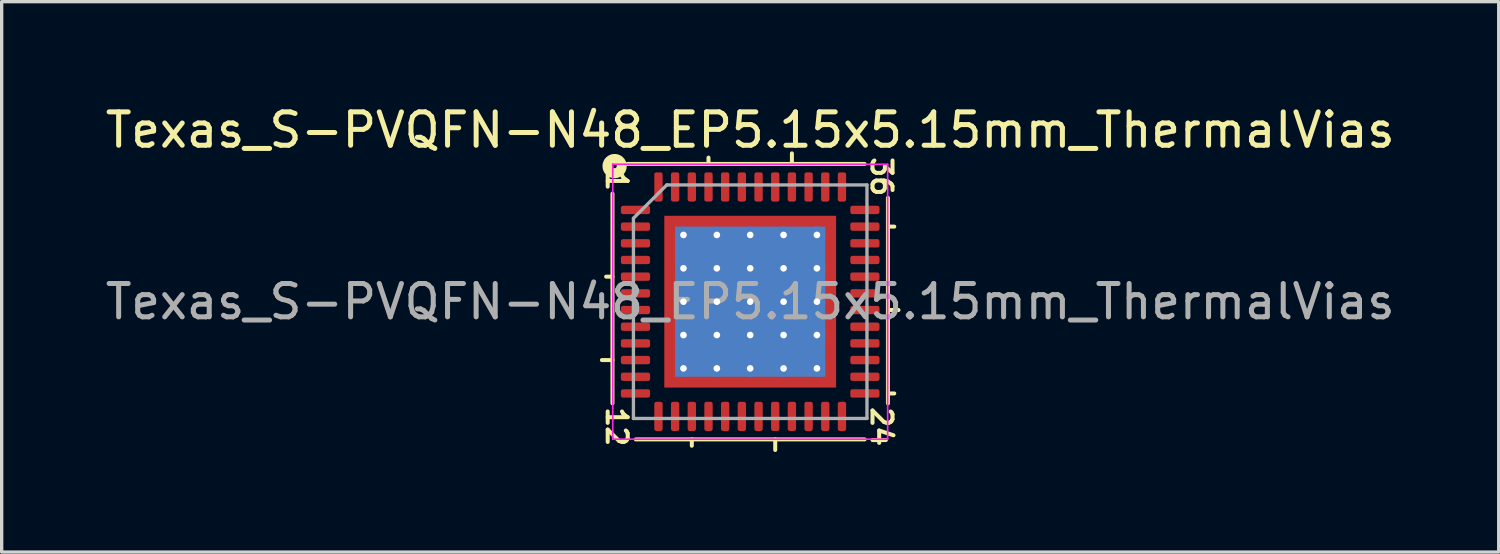
<source format=kicad_pcb>
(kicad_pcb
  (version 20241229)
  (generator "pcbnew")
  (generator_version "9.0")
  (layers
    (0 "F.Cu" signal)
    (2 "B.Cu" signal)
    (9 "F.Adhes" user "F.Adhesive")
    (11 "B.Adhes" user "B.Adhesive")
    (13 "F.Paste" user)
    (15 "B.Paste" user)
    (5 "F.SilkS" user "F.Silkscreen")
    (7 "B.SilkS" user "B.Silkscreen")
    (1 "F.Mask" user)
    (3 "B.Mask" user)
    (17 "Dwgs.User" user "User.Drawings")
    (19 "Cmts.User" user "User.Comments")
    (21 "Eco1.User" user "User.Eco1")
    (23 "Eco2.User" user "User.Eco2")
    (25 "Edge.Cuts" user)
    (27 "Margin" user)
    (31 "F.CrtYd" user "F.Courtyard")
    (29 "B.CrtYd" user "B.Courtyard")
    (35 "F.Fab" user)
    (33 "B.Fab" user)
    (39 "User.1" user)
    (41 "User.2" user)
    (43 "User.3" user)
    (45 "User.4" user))
  (footprint "Texas_S-PVQFN-N48_EP5.15x5.15mm_ThermalVias"
    (layer "F.Cu")
    (at 19.435 5.992)
    (property "Reference" "Texas_S-PVQFN-N48_EP5.15x5.15mm_ThermalVias" (at 0 -5.144 0) (layer "F.SilkS") (effects (font (size 1 1) (thickness 0.15))))
    (attr smd)
    (fp_line (start -4.128 -3.239) (end -4.128 3.048) (stroke (width 0.12) (type solid)) (layer "F.SilkS"))
    (fp_line (start -4.128 -0.75) (end -4.318 -0.75) (stroke (width 0.12) (type solid)) (layer "F.SilkS"))
    (fp_line (start -4.128 1.75) (end -4.445 1.75) (stroke (width 0.12) (type solid)) (layer "F.SilkS"))
    (fp_line (start -3.429 4.128) (end 3.429 4.128) (stroke (width 0.12) (type solid)) (layer "F.SilkS"))
    (fp_line (start -1.75 4.128) (end -1.75 4.318) (stroke (width 0.12) (type solid)) (layer "F.SilkS"))
    (fp_line (start -1.25 -4.128) (end -1.25 -4.318) (stroke (width 0.12) (type solid)) (layer "F.SilkS"))
    (fp_line (start 0.75 4.128) (end 0.75 4.445) (stroke (width 0.12) (type solid)) (layer "F.SilkS"))
    (fp_line (start 1.25 -4.128) (end 1.25 -4.445) (stroke (width 0.12) (type solid)) (layer "F.SilkS"))
    (fp_line (start 3.429 -4.128) (end -3.683 -4.128) (stroke (width 0.12) (type solid)) (layer "F.SilkS"))
    (fp_line (start 4.128 -2.25) (end 4.318 -2.25) (stroke (width 0.12) (type solid)) (layer "F.SilkS"))
    (fp_line (start 4.128 0.25) (end 4.445 0.25) (stroke (width 0.12) (type solid)) (layer "F.SilkS"))
    (fp_line (start 4.128 2.75) (end 4.318 2.75) (stroke (width 0.12) (type solid)) (layer "F.SilkS"))
    (fp_line (start 4.128 3.048) (end 4.128 -3.111) (stroke (width 0.12) (type solid)) (layer "F.SilkS"))
    (fp_circle (center -4.064 -4.064) (end -4 -4.064) (stroke (width 0.3) (type solid)) (fill no) (layer "F.SilkS"))
    (fp_line (start -4.12 -4.12) (end -4.12 4.12) (stroke (width 0.05) (type solid)) (layer "F.CrtYd"))
    (fp_line (start -4.12 4.12) (end 4.12 4.12) (stroke (width 0.05) (type solid)) (layer "F.CrtYd"))
    (fp_line (start 4.12 -4.12) (end -4.12 -4.12) (stroke (width 0.05) (type solid)) (layer "F.CrtYd"))
    (fp_line (start 4.12 4.12) (end 4.12 -4.12) (stroke (width 0.05) (type solid)) (layer "F.CrtYd"))
    (fp_line (start -3.5 -2.5) (end -2.5 -3.5) (stroke (width 0.1) (type solid)) (layer "F.Fab"))
    (fp_line (start -3.5 3.5) (end -3.5 -2.5) (stroke (width 0.1) (type solid)) (layer "F.Fab"))
    (fp_line (start -2.5 -3.5) (end 3.5 -3.5) (stroke (width 0.1) (type solid)) (layer "F.Fab"))
    (fp_line (start 3.5 -3.5) (end 3.5 3.5) (stroke (width 0.1) (type solid)) (layer "F.Fab"))
    (fp_line (start 3.5 3.5) (end -3.5 3.5) (stroke (width 0.1) (type solid)) (layer "F.Fab"))
    (fp_text user "1" (at -4 -3.619 270) (unlocked yes) (layer "F.SilkS") (effects (font (size 0.6 0.6) (thickness 0.12))))
    (fp_text user "12" (at -4 3.747 270) (unlocked yes) (layer "F.SilkS") (effects (font (size 0.6 0.6) (thickness 0.12))))
    (fp_text user "24" (at 3.937 3.747 270) (unlocked yes) (layer "F.SilkS") (effects (font (size 0.6 0.6) (thickness 0.12))))
    (fp_text user "36" (at 3.937 -3.747 270) (unlocked yes) (layer "F.SilkS") (effects (font (size 0.6 0.6) (thickness 0.12))))
    (fp_text user "${REFERENCE}" (at 0 0 0) (layer "F.Fab") (effects (font (size 1 1) (thickness 0.15))))
    (pad "" smd custom (at -2.288 -2.288) (size 0.342 0.342) (layers "F.Paste") (options (anchor circle)) (primitives (gr_poly (pts (xy -0.116 -0.116) (xy 0.116 -0.116) (xy 0.116 0.012) (xy 0.012 0.116) (xy -0.116 0.116)) (width 0.232) (fill yes))))
    (pad "" smd custom (at -2.288 -1.5) (size 0.371 0.371) (layers "F.Paste") (options (anchor circle)) (primitives (gr_poly (pts (xy -0.14 -0.311) (xy 0.063 -0.311) (xy 0.14 -0.235) (xy 0.14 0.235) (xy 0.063 0.311) (xy -0.14 0.311)) (width 0.184) (fill yes))))
    (pad "" smd custom (at -2.288 -0.5) (size 0.371 0.371) (layers "F.Paste") (options (anchor circle)) (primitives (gr_poly (pts (xy -0.14 -0.311) (xy 0.063 -0.311) (xy 0.14 -0.235) (xy 0.14 0.235) (xy 0.063 0.311) (xy -0.14 0.311)) (width 0.184) (fill yes))))
    (pad "" smd custom (at -2.288 0.5) (size 0.371 0.371) (layers "F.Paste") (options (anchor circle)) (primitives (gr_poly (pts (xy -0.14 -0.311) (xy 0.063 -0.311) (xy 0.14 -0.235) (xy 0.14 0.235) (xy 0.063 0.311) (xy -0.14 0.311)) (width 0.184) (fill yes))))
    (pad "" smd custom (at -2.288 1.5) (size 0.371 0.371) (layers "F.Paste") (options (anchor circle)) (primitives (gr_poly (pts (xy -0.14 -0.311) (xy 0.063 -0.311) (xy 0.14 -0.235) (xy 0.14 0.235) (xy 0.063 0.311) (xy -0.14 0.311)) (width 0.184) (fill yes))))
    (pad "" smd custom (at -2.288 2.288) (size 0.342 0.342) (layers "F.Paste") (options (anchor circle)) (primitives (gr_poly (pts (xy -0.116 -0.116) (xy 0.012 -0.116) (xy 0.116 -0.012) (xy 0.116 0.116) (xy -0.116 0.116)) (width 0.232) (fill yes))))
    (pad "" smd custom (at -1.5 -2.288) (size 0.371 0.371) (layers "F.Paste") (options (anchor circle)) (primitives (gr_poly (pts (xy -0.311 -0.14) (xy 0.311 -0.14) (xy 0.311 0.063) (xy 0.235 0.14) (xy -0.235 0.14) (xy -0.311 0.063)) (width 0.184) (fill yes))))
    (pad "" smd roundrect (at -1.5 -1.5) (size 0.806 0.806) (layers "F.Paste") (roundrect_rratio 0.25))
    (pad "" smd roundrect (at -1.5 -0.5) (size 0.806 0.806) (layers "F.Paste") (roundrect_rratio 0.25))
    (pad "" smd roundrect (at -1.5 0.5) (size 0.806 0.806) (layers "F.Paste") (roundrect_rratio 0.25))
    (pad "" smd roundrect (at -1.5 1.5) (size 0.806 0.806) (layers "F.Paste") (roundrect_rratio 0.25))
    (pad "" smd custom (at -1.5 2.288) (size 0.371 0.371) (layers "F.Paste") (options (anchor circle)) (primitives (gr_poly (pts (xy -0.311 -0.063) (xy -0.235 -0.14) (xy 0.235 -0.14) (xy 0.311 -0.063) (xy 0.311 0.14) (xy -0.311 0.14)) (width 0.184) (fill yes))))
    (pad "" smd custom (at -0.5 -2.288) (size 0.371 0.371) (layers "F.Paste") (options (anchor circle)) (primitives (gr_poly (pts (xy -0.311 -0.14) (xy 0.311 -0.14) (xy 0.311 0.063) (xy 0.235 0.14) (xy -0.235 0.14) (xy -0.311 0.063)) (width 0.184) (fill yes))))
    (pad "" smd roundrect (at -0.5 -1.5) (size 0.806 0.806) (layers "F.Paste") (roundrect_rratio 0.25))
    (pad "" smd roundrect (at -0.5 -0.5) (size 0.806 0.806) (layers "F.Paste") (roundrect_rratio 0.25))
    (pad "" smd roundrect (at -0.5 0.5) (size 0.806 0.806) (layers "F.Paste") (roundrect_rratio 0.25))
    (pad "" smd roundrect (at -0.5 1.5) (size 0.806 0.806) (layers "F.Paste") (roundrect_rratio 0.25))
    (pad "" smd custom (at -0.5 2.288) (size 0.371 0.371) (layers "F.Paste") (options (anchor circle)) (primitives (gr_poly (pts (xy -0.311 -0.063) (xy -0.235 -0.14) (xy 0.235 -0.14) (xy 0.311 -0.063) (xy 0.311 0.14) (xy -0.311 0.14)) (width 0.184) (fill yes))))
    (pad "" smd custom (at 0.5 -2.288) (size 0.371 0.371) (layers "F.Paste") (options (anchor circle)) (primitives (gr_poly (pts (xy -0.311 -0.14) (xy 0.311 -0.14) (xy 0.311 0.063) (xy 0.235 0.14) (xy -0.235 0.14) (xy -0.311 0.063)) (width 0.184) (fill yes))))
    (pad "" smd roundrect (at 0.5 -1.5) (size 0.806 0.806) (layers "F.Paste") (roundrect_rratio 0.25))
    (pad "" smd roundrect (at 0.5 -0.5) (size 0.806 0.806) (layers "F.Paste") (roundrect_rratio 0.25))
    (pad "" smd roundrect (at 0.5 0.5) (size 0.806 0.806) (layers "F.Paste") (roundrect_rratio 0.25))
    (pad "" smd roundrect (at 0.5 1.5) (size 0.806 0.806) (layers "F.Paste") (roundrect_rratio 0.25))
    (pad "" smd custom (at 0.5 2.288) (size 0.371 0.371) (layers "F.Paste") (options (anchor circle)) (primitives (gr_poly (pts (xy -0.311 -0.063) (xy -0.235 -0.14) (xy 0.235 -0.14) (xy 0.311 -0.063) (xy 0.311 0.14) (xy -0.311 0.14)) (width 0.184) (fill yes))))
    (pad "" smd custom (at 1.5 -2.288) (size 0.371 0.371) (layers "F.Paste") (options (anchor circle)) (primitives (gr_poly (pts (xy -0.311 -0.14) (xy 0.311 -0.14) (xy 0.311 0.063) (xy 0.235 0.14) (xy -0.235 0.14) (xy -0.311 0.063)) (width 0.184) (fill yes))))
    (pad "" smd roundrect (at 1.5 -1.5) (size 0.806 0.806) (layers "F.Paste") (roundrect_rratio 0.25))
    (pad "" smd roundrect (at 1.5 -0.5) (size 0.806 0.806) (layers "F.Paste") (roundrect_rratio 0.25))
    (pad "" smd roundrect (at 1.5 0.5) (size 0.806 0.806) (layers "F.Paste") (roundrect_rratio 0.25))
    (pad "" smd roundrect (at 1.5 1.5) (size 0.806 0.806) (layers "F.Paste") (roundrect_rratio 0.25))
    (pad "" smd custom (at 1.5 2.288) (size 0.371 0.371) (layers "F.Paste") (options (anchor circle)) (primitives (gr_poly (pts (xy -0.311 -0.063) (xy -0.235 -0.14) (xy 0.235 -0.14) (xy 0.311 -0.063) (xy 0.311 0.14) (xy -0.311 0.14)) (width 0.184) (fill yes))))
    (pad "" smd custom (at 2.288 -2.288) (size 0.342 0.342) (layers "F.Paste") (options (anchor circle)) (primitives (gr_poly (pts (xy -0.116 -0.116) (xy 0.116 -0.116) (xy 0.116 0.116) (xy -0.012 0.116) (xy -0.116 0.012)) (width 0.232) (fill yes))))
    (pad "" smd custom (at 2.288 -1.5) (size 0.371 0.371) (layers "F.Paste") (options (anchor circle)) (primitives (gr_poly (pts (xy -0.14 -0.235) (xy -0.063 -0.311) (xy 0.14 -0.311) (xy 0.14 0.311) (xy -0.063 0.311) (xy -0.14 0.235)) (width 0.184) (fill yes))))
    (pad "" smd custom (at 2.288 -0.5) (size 0.371 0.371) (layers "F.Paste") (options (anchor circle)) (primitives (gr_poly (pts (xy -0.14 -0.235) (xy -0.063 -0.311) (xy 0.14 -0.311) (xy 0.14 0.311) (xy -0.063 0.311) (xy -0.14 0.235)) (width 0.184) (fill yes))))
    (pad "" smd custom (at 2.288 0.5) (size 0.371 0.371) (layers "F.Paste") (options (anchor circle)) (primitives (gr_poly (pts (xy -0.14 -0.235) (xy -0.063 -0.311) (xy 0.14 -0.311) (xy 0.14 0.311) (xy -0.063 0.311) (xy -0.14 0.235)) (width 0.184) (fill yes))))
    (pad "" smd custom (at 2.288 1.5) (size 0.371 0.371) (layers "F.Paste") (options (anchor circle)) (primitives (gr_poly (pts (xy -0.14 -0.235) (xy -0.063 -0.311) (xy 0.14 -0.311) (xy 0.14 0.311) (xy -0.063 0.311) (xy -0.14 0.235)) (width 0.184) (fill yes))))
    (pad "" smd custom (at 2.288 2.288) (size 0.342 0.342) (layers "F.Paste") (options (anchor circle)) (primitives (gr_poly (pts (xy -0.116 -0.012) (xy -0.012 -0.116) (xy 0.116 -0.116) (xy 0.116 0.116) (xy -0.116 0.116)) (width 0.232) (fill yes))))
    (pad "1" smd roundrect (at -3.438 -2.75) (size 0.875 0.25) (layers "F.Cu" "F.Mask" "F.Paste") (roundrect_rratio 0.25))
    (pad "2" smd roundrect (at -3.438 -2.25) (size 0.875 0.25) (layers "F.Cu" "F.Mask" "F.Paste") (roundrect_rratio 0.25))
    (pad "3" smd roundrect (at -3.438 -1.75) (size 0.875 0.25) (layers "F.Cu" "F.Mask" "F.Paste") (roundrect_rratio 0.25))
    (pad "4" smd roundrect (at -3.438 -1.25) (size 0.875 0.25) (layers "F.Cu" "F.Mask" "F.Paste") (roundrect_rratio 0.25))
    (pad "5" smd roundrect (at -3.438 -0.75) (size 0.875 0.25) (layers "F.Cu" "F.Mask" "F.Paste") (roundrect_rratio 0.25))
    (pad "6" smd roundrect (at -3.438 -0.25) (size 0.875 0.25) (layers "F.Cu" "F.Mask" "F.Paste") (roundrect_rratio 0.25))
    (pad "7" smd roundrect (at -3.438 0.25) (size 0.875 0.25) (layers "F.Cu" "F.Mask" "F.Paste") (roundrect_rratio 0.25))
    (pad "8" smd roundrect (at -3.438 0.75) (size 0.875 0.25) (layers "F.Cu" "F.Mask" "F.Paste") (roundrect_rratio 0.25))
    (pad "9" smd roundrect (at -3.438 1.25) (size 0.875 0.25) (layers "F.Cu" "F.Mask" "F.Paste") (roundrect_rratio 0.25))
    (pad "10" smd roundrect (at -3.438 1.75) (size 0.875 0.25) (layers "F.Cu" "F.Mask" "F.Paste") (roundrect_rratio 0.25))
    (pad "11" smd roundrect (at -3.438 2.25) (size 0.875 0.25) (layers "F.Cu" "F.Mask" "F.Paste") (roundrect_rratio 0.25))
    (pad "12" smd roundrect (at -3.438 2.75) (size 0.875 0.25) (layers "F.Cu" "F.Mask" "F.Paste") (roundrect_rratio 0.25))
    (pad "13" smd roundrect (at -2.75 3.438) (size 0.25 0.875) (layers "F.Cu" "F.Mask" "F.Paste") (roundrect_rratio 0.25))
    (pad "14" smd roundrect (at -2.25 3.438) (size 0.25 0.875) (layers "F.Cu" "F.Mask" "F.Paste") (roundrect_rratio 0.25))
    (pad "15" smd roundrect (at -1.75 3.438) (size 0.25 0.875) (layers "F.Cu" "F.Mask" "F.Paste") (roundrect_rratio 0.25))
    (pad "16" smd roundrect (at -1.25 3.438) (size 0.25 0.875) (layers "F.Cu" "F.Mask" "F.Paste") (roundrect_rratio 0.25))
    (pad "17" smd roundrect (at -0.75 3.438) (size 0.25 0.875) (layers "F.Cu" "F.Mask" "F.Paste") (roundrect_rratio 0.25))
    (pad "18" smd roundrect (at -0.25 3.438) (size 0.25 0.875) (layers "F.Cu" "F.Mask" "F.Paste") (roundrect_rratio 0.25))
    (pad "19" smd roundrect (at 0.25 3.438) (size 0.25 0.875) (layers "F.Cu" "F.Mask" "F.Paste") (roundrect_rratio 0.25))
    (pad "20" smd roundrect (at 0.75 3.438) (size 0.25 0.875) (layers "F.Cu" "F.Mask" "F.Paste") (roundrect_rratio 0.25))
    (pad "21" smd roundrect (at 1.25 3.438) (size 0.25 0.875) (layers "F.Cu" "F.Mask" "F.Paste") (roundrect_rratio 0.25))
    (pad "22" smd roundrect (at 1.75 3.438) (size 0.25 0.875) (layers "F.Cu" "F.Mask" "F.Paste") (roundrect_rratio 0.25))
    (pad "23" smd roundrect (at 2.25 3.438) (size 0.25 0.875) (layers "F.Cu" "F.Mask" "F.Paste") (roundrect_rratio 0.25))
    (pad "24" smd roundrect (at 2.75 3.438) (size 0.25 0.875) (layers "F.Cu" "F.Mask" "F.Paste") (roundrect_rratio 0.25))
    (pad "25" smd roundrect (at 3.438 2.75) (size 0.875 0.25) (layers "F.Cu" "F.Mask" "F.Paste") (roundrect_rratio 0.25))
    (pad "26" smd roundrect (at 3.438 2.25) (size 0.875 0.25) (layers "F.Cu" "F.Mask" "F.Paste") (roundrect_rratio 0.25))
    (pad "27" smd roundrect (at 3.438 1.75) (size 0.875 0.25) (layers "F.Cu" "F.Mask" "F.Paste") (roundrect_rratio 0.25))
    (pad "28" smd roundrect (at 3.438 1.25) (size 0.875 0.25) (layers "F.Cu" "F.Mask" "F.Paste") (roundrect_rratio 0.25))
    (pad "29" smd roundrect (at 3.438 0.75) (size 0.875 0.25) (layers "F.Cu" "F.Mask" "F.Paste") (roundrect_rratio 0.25))
    (pad "30" smd roundrect (at 3.438 0.25) (size 0.875 0.25) (layers "F.Cu" "F.Mask" "F.Paste") (roundrect_rratio 0.25))
    (pad "31" smd roundrect (at 3.438 -0.25) (size 0.875 0.25) (layers "F.Cu" "F.Mask" "F.Paste") (roundrect_rratio 0.25))
    (pad "32" smd roundrect (at 3.438 -0.75) (size 0.875 0.25) (layers "F.Cu" "F.Mask" "F.Paste") (roundrect_rratio 0.25))
    (pad "33" smd roundrect (at 3.438 -1.25) (size 0.875 0.25) (layers "F.Cu" "F.Mask" "F.Paste") (roundrect_rratio 0.25))
    (pad "34" smd roundrect (at 3.438 -1.75) (size 0.875 0.25) (layers "F.Cu" "F.Mask" "F.Paste") (roundrect_rratio 0.25))
    (pad "35" smd roundrect (at 3.438 -2.25) (size 0.875 0.25) (layers "F.Cu" "F.Mask" "F.Paste") (roundrect_rratio 0.25))
    (pad "36" smd roundrect (at 3.438 -2.75) (size 0.875 0.25) (layers "F.Cu" "F.Mask" "F.Paste") (roundrect_rratio 0.25))
    (pad "37" smd roundrect (at 2.75 -3.438) (size 0.25 0.875) (layers "F.Cu" "F.Mask" "F.Paste") (roundrect_rratio 0.25))
    (pad "38" smd roundrect (at 2.25 -3.438) (size 0.25 0.875) (layers "F.Cu" "F.Mask" "F.Paste") (roundrect_rratio 0.25))
    (pad "39" smd roundrect (at 1.75 -3.438) (size 0.25 0.875) (layers "F.Cu" "F.Mask" "F.Paste") (roundrect_rratio 0.25))
    (pad "40" smd roundrect (at 1.25 -3.438) (size 0.25 0.875) (layers "F.Cu" "F.Mask" "F.Paste") (roundrect_rratio 0.25))
    (pad "41" smd roundrect (at 0.75 -3.438) (size 0.25 0.875) (layers "F.Cu" "F.Mask" "F.Paste") (roundrect_rratio 0.25))
    (pad "42" smd roundrect (at 0.25 -3.438) (size 0.25 0.875) (layers "F.Cu" "F.Mask" "F.Paste") (roundrect_rratio 0.25))
    (pad "43" smd roundrect (at -0.25 -3.438) (size 0.25 0.875) (layers "F.Cu" "F.Mask" "F.Paste") (roundrect_rratio 0.25))
    (pad "44" smd roundrect (at -0.75 -3.438) (size 0.25 0.875) (layers "F.Cu" "F.Mask" "F.Paste") (roundrect_rratio 0.25))
    (pad "45" smd roundrect (at -1.25 -3.438) (size 0.25 0.875) (layers "F.Cu" "F.Mask" "F.Paste") (roundrect_rratio 0.25))
    (pad "46" smd roundrect (at -1.75 -3.438) (size 0.25 0.875) (layers "F.Cu" "F.Mask" "F.Paste") (roundrect_rratio 0.25))
    (pad "47" smd roundrect (at -2.25 -3.438) (size 0.25 0.875) (layers "F.Cu" "F.Mask" "F.Paste") (roundrect_rratio 0.25))
    (pad "48" smd roundrect (at -2.75 -3.438) (size 0.25 0.875) (layers "F.Cu" "F.Mask" "F.Paste") (roundrect_rratio 0.25))
    (pad "49" thru_hole circle (at -2 -2) (size 0.5 0.5) (drill 0.2) (layers "*.Cu"))
    (pad "49" thru_hole circle (at -2 -1) (size 0.5 0.5) (drill 0.2) (layers "*.Cu"))
    (pad "49" thru_hole circle (at -2 0) (size 0.5 0.5) (drill 0.2) (layers "*.Cu"))
    (pad "49" thru_hole circle (at -2 1) (size 0.5 0.5) (drill 0.2) (layers "*.Cu"))
    (pad "49" thru_hole circle (at -2 2) (size 0.5 0.5) (drill 0.2) (layers "*.Cu"))
    (pad "49" thru_hole circle (at -1 -2) (size 0.5 0.5) (drill 0.2) (layers "*.Cu"))
    (pad "49" thru_hole circle (at -1 -1) (size 0.5 0.5) (drill 0.2) (layers "*.Cu"))
    (pad "49" thru_hole circle (at -1 0) (size 0.5 0.5) (drill 0.2) (layers "*.Cu"))
    (pad "49" thru_hole circle (at -1 1) (size 0.5 0.5) (drill 0.2) (layers "*.Cu"))
    (pad "49" thru_hole circle (at -1 2) (size 0.5 0.5) (drill 0.2) (layers "*.Cu"))
    (pad "49" thru_hole circle (at 0 -2) (size 0.5 0.5) (drill 0.2) (layers "*.Cu"))
    (pad "49" thru_hole circle (at 0 -1) (size 0.5 0.5) (drill 0.2) (layers "*.Cu"))
    (pad "49" thru_hole circle (at 0 0) (size 0.5 0.5) (drill 0.2) (layers "*.Cu"))
    (pad "49" smd rect (at 0 0) (size 4.5 4.5) (layers "B.Cu" "B.Mask"))
    (pad "49" smd rect (at 0 0) (size 5.15 5.15) (layers "F.Cu" "F.Mask"))
    (pad "49" thru_hole circle (at 0 1) (size 0.5 0.5) (drill 0.2) (layers "*.Cu"))
    (pad "49" thru_hole circle (at 0 2) (size 0.5 0.5) (drill 0.2) (layers "*.Cu"))
    (pad "49" thru_hole circle (at 1 -2) (size 0.5 0.5) (drill 0.2) (layers "*.Cu"))
    (pad "49" thru_hole circle (at 1 -1) (size 0.5 0.5) (drill 0.2) (layers "*.Cu"))
    (pad "49" thru_hole circle (at 1 0) (size 0.5 0.5) (drill 0.2) (layers "*.Cu"))
    (pad "49" thru_hole circle (at 1 1) (size 0.5 0.5) (drill 0.2) (layers "*.Cu"))
    (pad "49" thru_hole circle (at 1 2) (size 0.5 0.5) (drill 0.2) (layers "*.Cu"))
    (pad "49" thru_hole circle (at 2 -2) (size 0.5 0.5) (drill 0.2) (layers "*.Cu"))
    (pad "49" thru_hole circle (at 2 -1) (size 0.5 0.5) (drill 0.2) (layers "*.Cu"))
    (pad "49" thru_hole circle (at 2 0) (size 0.5 0.5) (drill 0.2) (layers "*.Cu"))
    (pad "49" thru_hole circle (at 2 1) (size 0.5 0.5) (drill 0.2) (layers "*.Cu"))
    (pad "49" thru_hole circle (at 2 2) (size 0.5 0.5) (drill 0.2) (layers "*.Cu")))
  (gr_rect
    (start -3 -3)
    (end 41.869 13.497)
    (stroke (width 0.1) (type default))
    (fill no)
    (layer "Edge.Cuts")))
</source>
